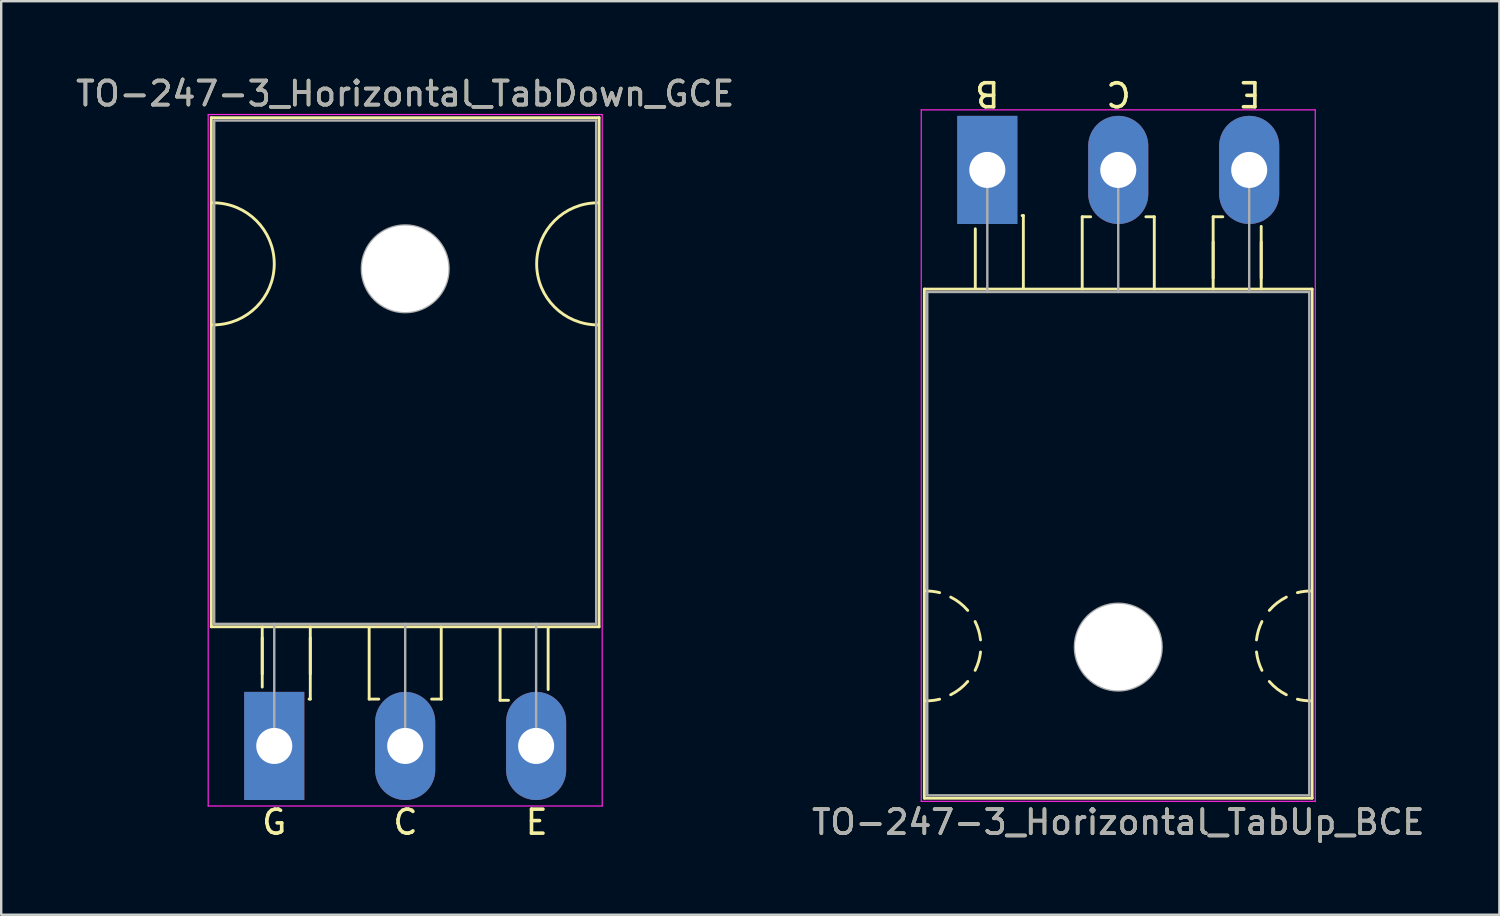
<source format=kicad_pcb>
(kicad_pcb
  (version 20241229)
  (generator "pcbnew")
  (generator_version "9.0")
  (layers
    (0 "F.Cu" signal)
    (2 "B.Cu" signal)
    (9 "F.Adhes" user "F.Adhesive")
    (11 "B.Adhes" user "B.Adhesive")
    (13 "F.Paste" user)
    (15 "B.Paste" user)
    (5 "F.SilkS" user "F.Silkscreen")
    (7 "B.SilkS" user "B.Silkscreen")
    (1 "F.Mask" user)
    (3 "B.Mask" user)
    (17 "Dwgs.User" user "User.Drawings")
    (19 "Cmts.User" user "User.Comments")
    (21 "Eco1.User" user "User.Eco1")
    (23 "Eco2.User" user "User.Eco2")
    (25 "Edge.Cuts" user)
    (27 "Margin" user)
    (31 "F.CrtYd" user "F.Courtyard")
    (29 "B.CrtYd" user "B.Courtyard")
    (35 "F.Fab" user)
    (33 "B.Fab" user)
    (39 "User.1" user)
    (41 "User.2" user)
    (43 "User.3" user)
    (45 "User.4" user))
  (footprint "TO-247-3_Horizontal_TabDown_GCE"
    (layer "F.Cu")
    (at 8.365 27.998)
    (property "Reference" "TO-247-3_Horizontal_TabDown_GCE" (at 5.45 -27.15 0) (layer "F.SilkS") (effects (font (size 1 1) (thickness 0.15))))
    (fp_line (start -2.62 -26.15) (end -2.62 -4.96) (stroke (width 0.12) (type solid)) (layer "F.SilkS"))
    (fp_line (start -2.62 -26.15) (end 13.52 -26.15) (stroke (width 0.12) (type solid)) (layer "F.SilkS"))
    (fp_line (start -2.62 -4.96) (end 13.52 -4.96) (stroke (width 0.12) (type solid)) (layer "F.SilkS"))
    (fp_line (start -0.5 -4.95) (end -0.5 -2.45) (stroke (width 0.12) (type solid)) (layer "F.SilkS"))
    (fp_line (start -0.5 -4.5) (end -0.5 -3) (stroke (width 0.12) (type solid)) (layer "F.SilkS"))
    (fp_line (start 1.5 -4.95) (end 1.5 -1.95) (stroke (width 0.12) (type solid)) (layer "F.SilkS"))
    (fp_line (start 1.5 -4.5) (end 1.5 -3) (stroke (width 0.12) (type solid)) (layer "F.SilkS"))
    (fp_line (start 1.5 -1.95) (end 1.45 -1.95) (stroke (width 0.12) (type solid)) (layer "F.SilkS"))
    (fp_line (start 3.95 -4.9) (end 3.95 -1.95) (stroke (width 0.12) (type solid)) (layer "F.SilkS"))
    (fp_line (start 3.95 -1.95) (end 4.35 -1.95) (stroke (width 0.12) (type solid)) (layer "F.SilkS"))
    (fp_line (start 6.95 -4.95) (end 6.95 -1.95) (stroke (width 0.12) (type solid)) (layer "F.SilkS"))
    (fp_line (start 6.95 -1.95) (end 6.55 -1.95) (stroke (width 0.12) (type solid)) (layer "F.SilkS"))
    (fp_line (start 9.4 -4.9) (end 9.4 -1.9) (stroke (width 0.12) (type solid)) (layer "F.SilkS"))
    (fp_line (start 9.4 -1.9) (end 9.75 -1.9) (stroke (width 0.12) (type solid)) (layer "F.SilkS"))
    (fp_line (start 11.4 -4.9) (end 11.4 -2.35) (stroke (width 0.12) (type solid)) (layer "F.SilkS"))
    (fp_line (start 13.52 -26.15) (end 13.52 -4.96) (stroke (width 0.12) (type solid)) (layer "F.SilkS"))
    (fp_arc (start -2.54 -22.606) (mid 0 -20.066) (end -2.54 -17.526) (stroke (width 0.12) (type solid)) (layer "F.SilkS"))
    (fp_arc (start 13.462 -17.526) (mid 10.922 -20.066) (end 13.462 -22.606) (stroke (width 0.12) (type solid)) (layer "F.SilkS"))
    (fp_line (start -2.75 -26.28) (end -2.75 2.5) (stroke (width 0.05) (type solid)) (layer "F.CrtYd"))
    (fp_line (start -2.75 2.5) (end 13.65 2.5) (stroke (width 0.05) (type solid)) (layer "F.CrtYd"))
    (fp_line (start 13.65 -26.28) (end -2.75 -26.28) (stroke (width 0.05) (type solid)) (layer "F.CrtYd"))
    (fp_line (start 13.65 2.5) (end 13.65 -26.28) (stroke (width 0.05) (type solid)) (layer "F.CrtYd"))
    (fp_line (start -2.5 -26.03) (end 13.4 -26.03) (stroke (width 0.1) (type solid)) (layer "F.Fab"))
    (fp_line (start -2.5 -5.08) (end -2.5 -26.03) (stroke (width 0.1) (type solid)) (layer "F.Fab"))
    (fp_line (start 0 -5.08) (end 0 0) (stroke (width 0.1) (type solid)) (layer "F.Fab"))
    (fp_line (start 5.45 -5.08) (end 5.45 0) (stroke (width 0.1) (type solid)) (layer "F.Fab"))
    (fp_line (start 10.9 -5.08) (end 10.9 0) (stroke (width 0.1) (type solid)) (layer "F.Fab"))
    (fp_line (start 13.4 -26.03) (end 13.4 -5.08) (stroke (width 0.1) (type solid)) (layer "F.Fab"))
    (fp_line (start 13.4 -5.08) (end -2.5 -5.08) (stroke (width 0.1) (type solid)) (layer "F.Fab"))
    (fp_circle (center 5.45 -19.86) (end 7.255 -19.86) (stroke (width 0.1) (type solid)) (fill no) (layer "F.Fab"))
    (fp_text user "G" (at 0 3.175 0) (unlocked yes) (layer "F.SilkS") (effects (font (size 1 1) (thickness 0.15))))
    (fp_text user "E" (at 10.922 3.175 0) (unlocked yes) (layer "F.SilkS") (effects (font (size 1 1) (thickness 0.15))))
    (fp_text user "C" (at 5.461 3.175 0) (unlocked yes) (layer "F.SilkS") (effects (font (size 1 1) (thickness 0.15))))
    (fp_text user "${REFERENCE}" (at 5.45 -27.15 0) (layer "F.Fab") (effects (font (size 1 1) (thickness 0.15))))
    (pad "" np_thru_hole oval (at 5.45 -19.86) (size 3.6 3.6) (drill 3.6) (layers "*.Cu" "*.Mask"))
    (pad "1" thru_hole rect (at 0 0) (size 2.5 4.5) (drill 1.5) (layers "*.Cu" "*.Mask"))
    (pad "2" thru_hole oval (at 5.45 0) (size 2.5 4.5) (drill 1.5) (layers "*.Cu" "*.Mask"))
    (pad "3" thru_hole oval (at 10.9 0) (size 2.5 4.5) (drill 1.5) (layers "*.Cu" "*.Mask")))
  (footprint "TO-247-3_Horizontal_TabUp_BCE"
    (layer "F.Cu")
    (at 38.044 4.023)
    (property "Reference" "TO-247-3_Horizontal_TabUp_BCE" (at 5.45 27.15 0) (layer "F.SilkS") (effects (font (size 1 1) (thickness 0.15))))
    (fp_line (start -2.62 4.96) (end -2.62 26.15) (stroke (width 0.12) (type solid)) (layer "F.SilkS"))
    (fp_line (start -2.62 4.96) (end 13.52 4.96) (stroke (width 0.12) (type solid)) (layer "F.SilkS"))
    (fp_line (start -2.62 26.15) (end 13.52 26.15) (stroke (width 0.12) (type solid)) (layer "F.SilkS"))
    (fp_line (start -0.5 4.9) (end -0.5 2.45) (stroke (width 0.12) (type solid)) (layer "F.SilkS"))
    (fp_line (start 1.5 1.9) (end 1.45 1.9) (stroke (width 0.12) (type solid)) (layer "F.SilkS"))
    (fp_line (start 1.5 4.9) (end 1.5 1.9) (stroke (width 0.12) (type solid)) (layer "F.SilkS"))
    (fp_line (start 3.95 1.95) (end 4.3 1.95) (stroke (width 0.12) (type solid)) (layer "F.SilkS"))
    (fp_line (start 3.95 4.95) (end 3.95 1.95) (stroke (width 0.12) (type solid)) (layer "F.SilkS"))
    (fp_line (start 6.95 1.95) (end 6.6 1.95) (stroke (width 0.12) (type solid)) (layer "F.SilkS"))
    (fp_line (start 6.95 4.95) (end 6.95 1.95) (stroke (width 0.12) (type solid)) (layer "F.SilkS"))
    (fp_line (start 9.4 1.95) (end 9.8 1.95) (stroke (width 0.12) (type solid)) (layer "F.SilkS"))
    (fp_line (start 9.4 4.5) (end 9.4 3) (stroke (width 0.12) (type solid)) (layer "F.SilkS"))
    (fp_line (start 9.4 4.95) (end 9.4 1.95) (stroke (width 0.12) (type solid)) (layer "F.SilkS"))
    (fp_line (start 11.4 4.5) (end 11.4 3) (stroke (width 0.12) (type solid)) (layer "F.SilkS"))
    (fp_line (start 11.4 4.95) (end 11.4 2.35) (stroke (width 0.12) (type solid)) (layer "F.SilkS"))
    (fp_line (start 13.52 4.96) (end 13.52 26.15) (stroke (width 0.12) (type solid)) (layer "F.SilkS"))
    (fp_arc (start -2.54 17.526) (mid -2.260689 17.543128) (end -1.985564 17.594254) (stroke (width 0.12) (type solid)) (layer "F.SilkS"))
    (fp_arc (start -1.985564 22.029746) (mid -2.260689 22.080872) (end -2.54 22.098) (stroke (width 0.12) (type solid)) (layer "F.SilkS"))
    (fp_arc (start -1.524001 17.780001) (mid -1.14188 18.02132) (end -0.815088 18.333504) (stroke (width 0.12) (type solid)) (layer "F.SilkS"))
    (fp_arc (start -0.815087 21.290497) (mid -1.141879 21.60268) (end -1.524 21.844) (stroke (width 0.12) (type solid)) (layer "F.SilkS"))
    (fp_arc (start -0.508001 18.796001) (mid -0.361178 19.168563) (end -0.282051 19.561117) (stroke (width 0.12) (type solid)) (layer "F.SilkS"))
    (fp_arc (start -0.282051 20.062883) (mid -0.361178 20.455437) (end -0.508001 20.827999) (stroke (width 0.12) (type solid)) (layer "F.SilkS"))
    (fp_arc (start 11.204051 19.561117) (mid 11.283178 19.168563) (end 11.430001 18.796001) (stroke (width 0.12) (type solid)) (layer "F.SilkS"))
    (fp_arc (start 11.430001 20.827999) (mid 11.283178 20.455437) (end 11.204051 20.062883) (stroke (width 0.12) (type solid)) (layer "F.SilkS"))
    (fp_arc (start 11.737087 18.333503) (mid 12.063879 18.02132) (end 12.446 17.78) (stroke (width 0.12) (type solid)) (layer "F.SilkS"))
    (fp_arc (start 12.446001 21.843999) (mid 12.06388 21.60268) (end 11.737088 21.290496) (stroke (width 0.12) (type solid)) (layer "F.SilkS"))
    (fp_arc (start 12.907564 17.594254) (mid 13.182689 17.543128) (end 13.462 17.526) (stroke (width 0.12) (type solid)) (layer "F.SilkS"))
    (fp_arc (start 13.462 22.098) (mid 13.182689 22.080872) (end 12.907564 22.029746) (stroke (width 0.12) (type solid)) (layer "F.SilkS"))
    (fp_line (start -2.75 -2.5) (end -2.75 26.28) (stroke (width 0.05) (type solid)) (layer "F.CrtYd"))
    (fp_line (start -2.75 26.28) (end 13.65 26.28) (stroke (width 0.05) (type solid)) (layer "F.CrtYd"))
    (fp_line (start 13.65 -2.5) (end -2.75 -2.5) (stroke (width 0.05) (type solid)) (layer "F.CrtYd"))
    (fp_line (start 13.65 26.28) (end 13.65 -2.5) (stroke (width 0.05) (type solid)) (layer "F.CrtYd"))
    (fp_line (start -2.5 5.08) (end -2.5 26.03) (stroke (width 0.1) (type solid)) (layer "F.Fab"))
    (fp_line (start -2.5 26.03) (end 13.4 26.03) (stroke (width 0.1) (type solid)) (layer "F.Fab"))
    (fp_line (start 0 5.08) (end 0 0) (stroke (width 0.1) (type solid)) (layer "F.Fab"))
    (fp_line (start 5.45 5.08) (end 5.45 0) (stroke (width 0.1) (type solid)) (layer "F.Fab"))
    (fp_line (start 10.9 5.08) (end 10.9 0) (stroke (width 0.1) (type solid)) (layer "F.Fab"))
    (fp_line (start 13.4 5.08) (end -2.5 5.08) (stroke (width 0.1) (type solid)) (layer "F.Fab"))
    (fp_line (start 13.4 26.03) (end 13.4 5.08) (stroke (width 0.1) (type solid)) (layer "F.Fab"))
    (fp_circle (center 5.45 19.86) (end 7.255 19.86) (stroke (width 0.1) (type solid)) (fill no) (layer "F.Fab"))
    (fp_text user "B" (at 0 -3.175 180) (unlocked yes) (layer "F.SilkS") (effects (font (size 1 1) (thickness 0.15))))
    (fp_text user "E" (at 10.922 -3.175 180) (unlocked yes) (layer "F.SilkS") (effects (font (size 1 1) (thickness 0.15))))
    (fp_text user "C" (at 5.461 -3.175 180) (unlocked yes) (layer "F.SilkS") (effects (font (size 1 1) (thickness 0.15))))
    (fp_text user "${REFERENCE}" (at 5.45 27.15 0) (layer "F.Fab") (effects (font (size 1 1) (thickness 0.15))))
    (pad "" np_thru_hole oval (at 5.45 19.86) (size 3.6 3.6) (drill 3.6) (layers "*.Cu" "*.Mask"))
    (pad "1" thru_hole rect (at 0 0) (size 2.5 4.5) (drill 1.5) (layers "*.Cu" "*.Mask"))
    (pad "2" thru_hole oval (at 5.45 0) (size 2.5 4.5) (drill 1.5) (layers "*.Cu" "*.Mask"))
    (pad "3" thru_hole oval (at 10.9 0) (size 2.5 4.5) (drill 1.5) (layers "*.Cu" "*.Mask")))
  (gr_rect
    (start -3 -3)
    (end 59.357 35.022)
    (stroke (width 0.1) (type default))
    (fill no)
    (layer "Edge.Cuts")))
</source>
